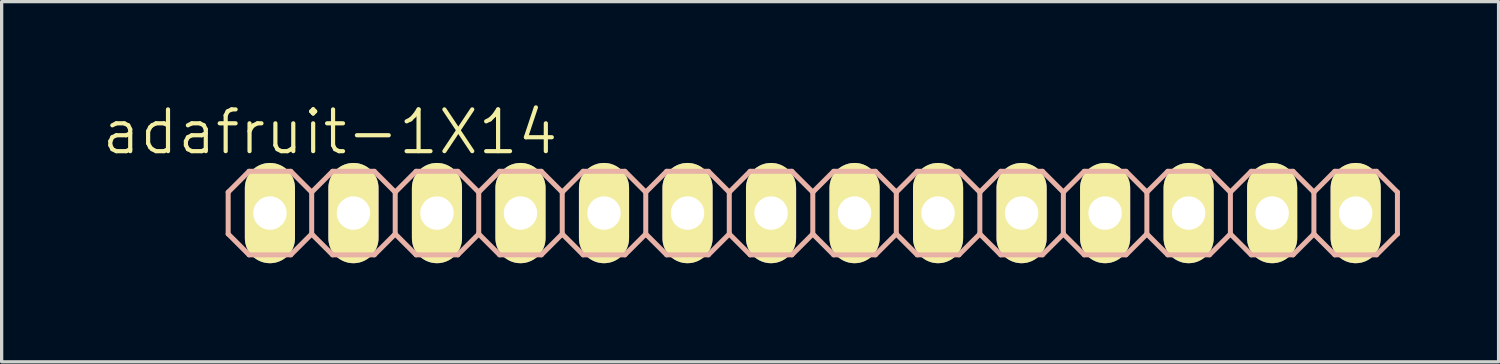
<source format=kicad_pcb>
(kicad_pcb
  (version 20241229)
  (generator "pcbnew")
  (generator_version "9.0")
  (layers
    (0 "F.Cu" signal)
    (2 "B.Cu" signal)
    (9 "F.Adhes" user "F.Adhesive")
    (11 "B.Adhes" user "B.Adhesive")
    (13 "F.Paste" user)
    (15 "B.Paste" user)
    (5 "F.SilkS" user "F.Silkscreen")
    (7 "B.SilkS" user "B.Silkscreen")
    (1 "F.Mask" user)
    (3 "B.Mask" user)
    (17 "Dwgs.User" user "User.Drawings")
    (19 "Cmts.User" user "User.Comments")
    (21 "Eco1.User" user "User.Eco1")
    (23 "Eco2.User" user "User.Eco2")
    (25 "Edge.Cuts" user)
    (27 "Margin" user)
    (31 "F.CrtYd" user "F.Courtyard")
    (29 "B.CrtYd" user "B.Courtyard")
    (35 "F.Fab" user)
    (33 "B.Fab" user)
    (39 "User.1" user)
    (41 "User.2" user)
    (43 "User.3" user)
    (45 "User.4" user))
  (footprint "adafruit-1X14"
    (layer "F.Cu")
    (at 21.669 3.43)
    (property "Reference" "adafruit-1X14" (at -14.681 -2.464 0) (layer "F.SilkS") (effects (font (size 1.27 1.27) (thickness 0.127))))
    (attr exclude_from_pos_files exclude_from_bom)
    (fp_line (start -16.764 -0.254) (end -16.256 -0.254) (stroke (width 0.066) (type solid)) (layer "F.SilkS"))
    (fp_line (start -16.764 0.254) (end -16.764 -0.254) (stroke (width 0.066) (type solid)) (layer "F.SilkS"))
    (fp_line (start -16.764 0.254) (end -16.256 0.254) (stroke (width 0.066) (type solid)) (layer "F.SilkS"))
    (fp_line (start -16.256 0.254) (end -16.256 -0.254) (stroke (width 0.066) (type solid)) (layer "F.SilkS"))
    (fp_line (start -14.224 -0.254) (end -13.716 -0.254) (stroke (width 0.066) (type solid)) (layer "F.SilkS"))
    (fp_line (start -14.224 0.254) (end -14.224 -0.254) (stroke (width 0.066) (type solid)) (layer "F.SilkS"))
    (fp_line (start -14.224 0.254) (end -13.716 0.254) (stroke (width 0.066) (type solid)) (layer "F.SilkS"))
    (fp_line (start -13.716 0.254) (end -13.716 -0.254) (stroke (width 0.066) (type solid)) (layer "F.SilkS"))
    (fp_line (start -11.684 -0.254) (end -11.176 -0.254) (stroke (width 0.066) (type solid)) (layer "F.SilkS"))
    (fp_line (start -11.684 0.254) (end -11.684 -0.254) (stroke (width 0.066) (type solid)) (layer "F.SilkS"))
    (fp_line (start -11.684 0.254) (end -11.176 0.254) (stroke (width 0.066) (type solid)) (layer "F.SilkS"))
    (fp_line (start -11.176 0.254) (end -11.176 -0.254) (stroke (width 0.066) (type solid)) (layer "F.SilkS"))
    (fp_line (start -9.144 -0.254) (end -8.636 -0.254) (stroke (width 0.066) (type solid)) (layer "F.SilkS"))
    (fp_line (start -9.144 0.254) (end -9.144 -0.254) (stroke (width 0.066) (type solid)) (layer "F.SilkS"))
    (fp_line (start -9.144 0.254) (end -8.636 0.254) (stroke (width 0.066) (type solid)) (layer "F.SilkS"))
    (fp_line (start -8.636 0.254) (end -8.636 -0.254) (stroke (width 0.066) (type solid)) (layer "F.SilkS"))
    (fp_line (start -6.604 -0.254) (end -6.096 -0.254) (stroke (width 0.066) (type solid)) (layer "F.SilkS"))
    (fp_line (start -6.604 0.254) (end -6.604 -0.254) (stroke (width 0.066) (type solid)) (layer "F.SilkS"))
    (fp_line (start -6.604 0.254) (end -6.096 0.254) (stroke (width 0.066) (type solid)) (layer "F.SilkS"))
    (fp_line (start -6.096 0.254) (end -6.096 -0.254) (stroke (width 0.066) (type solid)) (layer "F.SilkS"))
    (fp_line (start -4.064 -0.254) (end -3.556 -0.254) (stroke (width 0.066) (type solid)) (layer "F.SilkS"))
    (fp_line (start -4.064 0.254) (end -4.064 -0.254) (stroke (width 0.066) (type solid)) (layer "F.SilkS"))
    (fp_line (start -4.064 0.254) (end -3.556 0.254) (stroke (width 0.066) (type solid)) (layer "F.SilkS"))
    (fp_line (start -3.556 0.254) (end -3.556 -0.254) (stroke (width 0.066) (type solid)) (layer "F.SilkS"))
    (fp_line (start -1.524 -0.254) (end -1.016 -0.254) (stroke (width 0.066) (type solid)) (layer "F.SilkS"))
    (fp_line (start -1.524 0.254) (end -1.524 -0.254) (stroke (width 0.066) (type solid)) (layer "F.SilkS"))
    (fp_line (start -1.524 0.254) (end -1.016 0.254) (stroke (width 0.066) (type solid)) (layer "F.SilkS"))
    (fp_line (start -1.016 0.254) (end -1.016 -0.254) (stroke (width 0.066) (type solid)) (layer "F.SilkS"))
    (fp_line (start 1.016 -0.254) (end 1.524 -0.254) (stroke (width 0.066) (type solid)) (layer "F.SilkS"))
    (fp_line (start 1.016 0.254) (end 1.016 -0.254) (stroke (width 0.066) (type solid)) (layer "F.SilkS"))
    (fp_line (start 1.016 0.254) (end 1.524 0.254) (stroke (width 0.066) (type solid)) (layer "F.SilkS"))
    (fp_line (start 1.524 0.254) (end 1.524 -0.254) (stroke (width 0.066) (type solid)) (layer "F.SilkS"))
    (fp_line (start 3.556 -0.254) (end 4.064 -0.254) (stroke (width 0.066) (type solid)) (layer "F.SilkS"))
    (fp_line (start 3.556 0.254) (end 3.556 -0.254) (stroke (width 0.066) (type solid)) (layer "F.SilkS"))
    (fp_line (start 3.556 0.254) (end 4.064 0.254) (stroke (width 0.066) (type solid)) (layer "F.SilkS"))
    (fp_line (start 4.064 0.254) (end 4.064 -0.254) (stroke (width 0.066) (type solid)) (layer "F.SilkS"))
    (fp_line (start 6.096 -0.254) (end 6.604 -0.254) (stroke (width 0.066) (type solid)) (layer "F.SilkS"))
    (fp_line (start 6.096 0.254) (end 6.096 -0.254) (stroke (width 0.066) (type solid)) (layer "F.SilkS"))
    (fp_line (start 6.096 0.254) (end 6.604 0.254) (stroke (width 0.066) (type solid)) (layer "F.SilkS"))
    (fp_line (start 6.604 0.254) (end 6.604 -0.254) (stroke (width 0.066) (type solid)) (layer "F.SilkS"))
    (fp_line (start 8.636 -0.254) (end 9.144 -0.254) (stroke (width 0.066) (type solid)) (layer "F.SilkS"))
    (fp_line (start 8.636 0.254) (end 8.636 -0.254) (stroke (width 0.066) (type solid)) (layer "F.SilkS"))
    (fp_line (start 8.636 0.254) (end 9.144 0.254) (stroke (width 0.066) (type solid)) (layer "F.SilkS"))
    (fp_line (start 9.144 0.254) (end 9.144 -0.254) (stroke (width 0.066) (type solid)) (layer "F.SilkS"))
    (fp_line (start 11.176 -0.254) (end 11.684 -0.254) (stroke (width 0.066) (type solid)) (layer "F.SilkS"))
    (fp_line (start 11.176 0.254) (end 11.176 -0.254) (stroke (width 0.066) (type solid)) (layer "F.SilkS"))
    (fp_line (start 11.176 0.254) (end 11.684 0.254) (stroke (width 0.066) (type solid)) (layer "F.SilkS"))
    (fp_line (start 11.684 0.254) (end 11.684 -0.254) (stroke (width 0.066) (type solid)) (layer "F.SilkS"))
    (fp_line (start 13.716 -0.254) (end 14.224 -0.254) (stroke (width 0.066) (type solid)) (layer "F.SilkS"))
    (fp_line (start 13.716 0.254) (end 13.716 -0.254) (stroke (width 0.066) (type solid)) (layer "F.SilkS"))
    (fp_line (start 13.716 0.254) (end 14.224 0.254) (stroke (width 0.066) (type solid)) (layer "F.SilkS"))
    (fp_line (start 14.224 0.254) (end 14.224 -0.254) (stroke (width 0.066) (type solid)) (layer "F.SilkS"))
    (fp_line (start 16.256 -0.254) (end 16.764 -0.254) (stroke (width 0.066) (type solid)) (layer "F.SilkS"))
    (fp_line (start 16.256 0.254) (end 16.256 -0.254) (stroke (width 0.066) (type solid)) (layer "F.SilkS"))
    (fp_line (start 16.256 0.254) (end 16.764 0.254) (stroke (width 0.066) (type solid)) (layer "F.SilkS"))
    (fp_line (start 16.764 0.254) (end 16.764 -0.254) (stroke (width 0.066) (type solid)) (layer "F.SilkS"))
    (fp_line (start -17.78 -0.635) (end -17.78 0.635) (stroke (width 0.152) (type solid)) (layer "B.SilkS"))
    (fp_line (start -17.78 0.635) (end -17.145 1.27) (stroke (width 0.152) (type solid)) (layer "B.SilkS"))
    (fp_line (start -17.145 -1.27) (end -17.78 -0.635) (stroke (width 0.152) (type solid)) (layer "B.SilkS"))
    (fp_line (start -17.145 -1.27) (end -15.875 -1.27) (stroke (width 0.152) (type solid)) (layer "B.SilkS"))
    (fp_line (start -15.875 -1.27) (end -15.24 -0.635) (stroke (width 0.152) (type solid)) (layer "B.SilkS"))
    (fp_line (start -15.875 1.27) (end -17.145 1.27) (stroke (width 0.152) (type solid)) (layer "B.SilkS"))
    (fp_line (start -15.24 -0.635) (end -15.24 0.635) (stroke (width 0.152) (type solid)) (layer "B.SilkS"))
    (fp_line (start -15.24 -0.635) (end -14.605 -1.27) (stroke (width 0.152) (type solid)) (layer "B.SilkS"))
    (fp_line (start -15.24 0.635) (end -15.875 1.27) (stroke (width 0.152) (type solid)) (layer "B.SilkS"))
    (fp_line (start -14.605 -1.27) (end -13.335 -1.27) (stroke (width 0.152) (type solid)) (layer "B.SilkS"))
    (fp_line (start -14.605 1.27) (end -15.24 0.635) (stroke (width 0.152) (type solid)) (layer "B.SilkS"))
    (fp_line (start -13.335 -1.27) (end -12.7 -0.635) (stroke (width 0.152) (type solid)) (layer "B.SilkS"))
    (fp_line (start -13.335 1.27) (end -14.605 1.27) (stroke (width 0.152) (type solid)) (layer "B.SilkS"))
    (fp_line (start -12.7 -0.635) (end -12.7 0.635) (stroke (width 0.152) (type solid)) (layer "B.SilkS"))
    (fp_line (start -12.7 -0.635) (end -12.065 -1.27) (stroke (width 0.152) (type solid)) (layer "B.SilkS"))
    (fp_line (start -12.7 0.635) (end -13.335 1.27) (stroke (width 0.152) (type solid)) (layer "B.SilkS"))
    (fp_line (start -12.065 -1.27) (end -10.795 -1.27) (stroke (width 0.152) (type solid)) (layer "B.SilkS"))
    (fp_line (start -12.065 1.27) (end -12.7 0.635) (stroke (width 0.152) (type solid)) (layer "B.SilkS"))
    (fp_line (start -10.795 -1.27) (end -10.16 -0.635) (stroke (width 0.152) (type solid)) (layer "B.SilkS"))
    (fp_line (start -10.795 1.27) (end -12.065 1.27) (stroke (width 0.152) (type solid)) (layer "B.SilkS"))
    (fp_line (start -10.16 -0.635) (end -10.16 0.635) (stroke (width 0.152) (type solid)) (layer "B.SilkS"))
    (fp_line (start -10.16 0.635) (end -10.795 1.27) (stroke (width 0.152) (type solid)) (layer "B.SilkS"))
    (fp_line (start -10.16 0.635) (end -9.525 1.27) (stroke (width 0.152) (type solid)) (layer "B.SilkS"))
    (fp_line (start -9.525 -1.27) (end -10.16 -0.635) (stroke (width 0.152) (type solid)) (layer "B.SilkS"))
    (fp_line (start -9.525 -1.27) (end -8.255 -1.27) (stroke (width 0.152) (type solid)) (layer "B.SilkS"))
    (fp_line (start -8.255 -1.27) (end -7.62 -0.635) (stroke (width 0.152) (type solid)) (layer "B.SilkS"))
    (fp_line (start -8.255 1.27) (end -9.525 1.27) (stroke (width 0.152) (type solid)) (layer "B.SilkS"))
    (fp_line (start -7.62 -0.635) (end -7.62 0.635) (stroke (width 0.152) (type solid)) (layer "B.SilkS"))
    (fp_line (start -7.62 -0.635) (end -6.985 -1.27) (stroke (width 0.152) (type solid)) (layer "B.SilkS"))
    (fp_line (start -7.62 0.635) (end -8.255 1.27) (stroke (width 0.152) (type solid)) (layer "B.SilkS"))
    (fp_line (start -6.985 -1.27) (end -5.715 -1.27) (stroke (width 0.152) (type solid)) (layer "B.SilkS"))
    (fp_line (start -6.985 1.27) (end -7.62 0.635) (stroke (width 0.152) (type solid)) (layer "B.SilkS"))
    (fp_line (start -5.715 -1.27) (end -5.08 -0.635) (stroke (width 0.152) (type solid)) (layer "B.SilkS"))
    (fp_line (start -5.715 1.27) (end -6.985 1.27) (stroke (width 0.152) (type solid)) (layer "B.SilkS"))
    (fp_line (start -5.08 -0.635) (end -5.08 0.635) (stroke (width 0.152) (type solid)) (layer "B.SilkS"))
    (fp_line (start -5.08 -0.635) (end -4.445 -1.27) (stroke (width 0.152) (type solid)) (layer "B.SilkS"))
    (fp_line (start -5.08 0.635) (end -5.715 1.27) (stroke (width 0.152) (type solid)) (layer "B.SilkS"))
    (fp_line (start -4.445 -1.27) (end -3.175 -1.27) (stroke (width 0.152) (type solid)) (layer "B.SilkS"))
    (fp_line (start -4.445 1.27) (end -5.08 0.635) (stroke (width 0.152) (type solid)) (layer "B.SilkS"))
    (fp_line (start -3.175 -1.27) (end -2.54 -0.635) (stroke (width 0.152) (type solid)) (layer "B.SilkS"))
    (fp_line (start -3.175 1.27) (end -4.445 1.27) (stroke (width 0.152) (type solid)) (layer "B.SilkS"))
    (fp_line (start -2.54 -0.635) (end -2.54 0.635) (stroke (width 0.152) (type solid)) (layer "B.SilkS"))
    (fp_line (start -2.54 0.635) (end -3.175 1.27) (stroke (width 0.152) (type solid)) (layer "B.SilkS"))
    (fp_line (start -2.54 0.635) (end -1.905 1.27) (stroke (width 0.152) (type solid)) (layer "B.SilkS"))
    (fp_line (start -1.905 -1.27) (end -2.54 -0.635) (stroke (width 0.152) (type solid)) (layer "B.SilkS"))
    (fp_line (start -1.905 -1.27) (end -0.635 -1.27) (stroke (width 0.152) (type solid)) (layer "B.SilkS"))
    (fp_line (start -0.635 -1.27) (end 0 -0.635) (stroke (width 0.152) (type solid)) (layer "B.SilkS"))
    (fp_line (start -0.635 1.27) (end -1.905 1.27) (stroke (width 0.152) (type solid)) (layer "B.SilkS"))
    (fp_line (start 0 -0.635) (end 0 0.635) (stroke (width 0.152) (type solid)) (layer "B.SilkS"))
    (fp_line (start 0 -0.635) (end 0.635 -1.27) (stroke (width 0.152) (type solid)) (layer "B.SilkS"))
    (fp_line (start 0 0.635) (end -0.635 1.27) (stroke (width 0.152) (type solid)) (layer "B.SilkS"))
    (fp_line (start 0.635 -1.27) (end 1.905 -1.27) (stroke (width 0.152) (type solid)) (layer "B.SilkS"))
    (fp_line (start 0.635 1.27) (end 0 0.635) (stroke (width 0.152) (type solid)) (layer "B.SilkS"))
    (fp_line (start 1.905 -1.27) (end 2.54 -0.635) (stroke (width 0.152) (type solid)) (layer "B.SilkS"))
    (fp_line (start 1.905 1.27) (end 0.635 1.27) (stroke (width 0.152) (type solid)) (layer "B.SilkS"))
    (fp_line (start 2.54 -0.635) (end 2.54 0.635) (stroke (width 0.152) (type solid)) (layer "B.SilkS"))
    (fp_line (start 2.54 -0.635) (end 3.175 -1.27) (stroke (width 0.152) (type solid)) (layer "B.SilkS"))
    (fp_line (start 2.54 0.635) (end 1.905 1.27) (stroke (width 0.152) (type solid)) (layer "B.SilkS"))
    (fp_line (start 3.175 -1.27) (end 4.445 -1.27) (stroke (width 0.152) (type solid)) (layer "B.SilkS"))
    (fp_line (start 3.175 1.27) (end 2.54 0.635) (stroke (width 0.152) (type solid)) (layer "B.SilkS"))
    (fp_line (start 4.445 -1.27) (end 5.08 -0.635) (stroke (width 0.152) (type solid)) (layer "B.SilkS"))
    (fp_line (start 4.445 1.27) (end 3.175 1.27) (stroke (width 0.152) (type solid)) (layer "B.SilkS"))
    (fp_line (start 5.08 -0.635) (end 5.08 0.635) (stroke (width 0.152) (type solid)) (layer "B.SilkS"))
    (fp_line (start 5.08 0.635) (end 4.445 1.27) (stroke (width 0.152) (type solid)) (layer "B.SilkS"))
    (fp_line (start 5.08 0.635) (end 5.715 1.27) (stroke (width 0.152) (type solid)) (layer "B.SilkS"))
    (fp_line (start 5.715 -1.27) (end 5.08 -0.635) (stroke (width 0.152) (type solid)) (layer "B.SilkS"))
    (fp_line (start 5.715 -1.27) (end 6.985 -1.27) (stroke (width 0.152) (type solid)) (layer "B.SilkS"))
    (fp_line (start 6.985 -1.27) (end 7.62 -0.635) (stroke (width 0.152) (type solid)) (layer "B.SilkS"))
    (fp_line (start 6.985 1.27) (end 5.715 1.27) (stroke (width 0.152) (type solid)) (layer "B.SilkS"))
    (fp_line (start 7.62 -0.635) (end 7.62 0.635) (stroke (width 0.152) (type solid)) (layer "B.SilkS"))
    (fp_line (start 7.62 -0.635) (end 8.255 -1.27) (stroke (width 0.152) (type solid)) (layer "B.SilkS"))
    (fp_line (start 7.62 0.635) (end 6.985 1.27) (stroke (width 0.152) (type solid)) (layer "B.SilkS"))
    (fp_line (start 8.255 -1.27) (end 9.525 -1.27) (stroke (width 0.152) (type solid)) (layer "B.SilkS"))
    (fp_line (start 8.255 1.27) (end 7.62 0.635) (stroke (width 0.152) (type solid)) (layer "B.SilkS"))
    (fp_line (start 9.525 -1.27) (end 10.16 -0.635) (stroke (width 0.152) (type solid)) (layer "B.SilkS"))
    (fp_line (start 9.525 1.27) (end 8.255 1.27) (stroke (width 0.152) (type solid)) (layer "B.SilkS"))
    (fp_line (start 10.16 -0.635) (end 10.16 0.635) (stroke (width 0.152) (type solid)) (layer "B.SilkS"))
    (fp_line (start 10.16 -0.635) (end 10.795 -1.27) (stroke (width 0.152) (type solid)) (layer "B.SilkS"))
    (fp_line (start 10.16 0.635) (end 9.525 1.27) (stroke (width 0.152) (type solid)) (layer "B.SilkS"))
    (fp_line (start 10.795 -1.27) (end 12.065 -1.27) (stroke (width 0.152) (type solid)) (layer "B.SilkS"))
    (fp_line (start 10.795 1.27) (end 10.16 0.635) (stroke (width 0.152) (type solid)) (layer "B.SilkS"))
    (fp_line (start 12.065 -1.27) (end 12.7 -0.635) (stroke (width 0.152) (type solid)) (layer "B.SilkS"))
    (fp_line (start 12.065 1.27) (end 10.795 1.27) (stroke (width 0.152) (type solid)) (layer "B.SilkS"))
    (fp_line (start 12.7 -0.635) (end 12.7 0.635) (stroke (width 0.152) (type solid)) (layer "B.SilkS"))
    (fp_line (start 12.7 0.635) (end 12.065 1.27) (stroke (width 0.152) (type solid)) (layer "B.SilkS"))
    (fp_line (start 12.7 0.635) (end 13.335 1.27) (stroke (width 0.152) (type solid)) (layer "B.SilkS"))
    (fp_line (start 13.335 -1.27) (end 12.7 -0.635) (stroke (width 0.152) (type solid)) (layer "B.SilkS"))
    (fp_line (start 13.335 -1.27) (end 14.605 -1.27) (stroke (width 0.152) (type solid)) (layer "B.SilkS"))
    (fp_line (start 14.605 -1.27) (end 15.24 -0.635) (stroke (width 0.152) (type solid)) (layer "B.SilkS"))
    (fp_line (start 14.605 1.27) (end 13.335 1.27) (stroke (width 0.152) (type solid)) (layer "B.SilkS"))
    (fp_line (start 15.24 -0.635) (end 15.24 0.635) (stroke (width 0.152) (type solid)) (layer "B.SilkS"))
    (fp_line (start 15.24 -0.635) (end 15.875 -1.27) (stroke (width 0.152) (type solid)) (layer "B.SilkS"))
    (fp_line (start 15.24 0.635) (end 14.605 1.27) (stroke (width 0.152) (type solid)) (layer "B.SilkS"))
    (fp_line (start 15.875 -1.27) (end 17.145 -1.27) (stroke (width 0.152) (type solid)) (layer "B.SilkS"))
    (fp_line (start 15.875 1.27) (end 15.24 0.635) (stroke (width 0.152) (type solid)) (layer "B.SilkS"))
    (fp_line (start 17.145 -1.27) (end 17.78 -0.635) (stroke (width 0.152) (type solid)) (layer "B.SilkS"))
    (fp_line (start 17.145 1.27) (end 15.875 1.27) (stroke (width 0.152) (type solid)) (layer "B.SilkS"))
    (fp_line (start 17.78 -0.635) (end 17.78 0.635) (stroke (width 0.152) (type solid)) (layer "B.SilkS"))
    (fp_line (start 17.78 0.635) (end 17.145 1.27) (stroke (width 0.152) (type solid)) (layer "B.SilkS"))
    (pad "1" thru_hole oval (at -16.51 0 180) (size 1.524 3.048) (drill 1.016) (layers "*.Cu" "F.Mask" "F.SilkS" "F.Paste"))
    (pad "2" thru_hole oval (at -13.97 0 180) (size 1.524 3.048) (drill 1.016) (layers "*.Cu" "F.Mask" "F.SilkS" "F.Paste"))
    (pad "3" thru_hole oval (at -11.43 0 180) (size 1.524 3.048) (drill 1.016) (layers "*.Cu" "F.Mask" "F.SilkS" "F.Paste"))
    (pad "4" thru_hole oval (at -8.89 0 180) (size 1.524 3.048) (drill 1.016) (layers "*.Cu" "F.Mask" "F.SilkS" "F.Paste"))
    (pad "5" thru_hole oval (at -6.35 0 180) (size 1.524 3.048) (drill 1.016) (layers "*.Cu" "F.Mask" "F.SilkS" "F.Paste"))
    (pad "6" thru_hole oval (at -3.81 0 180) (size 1.524 3.048) (drill 1.016) (layers "*.Cu" "F.Mask" "F.SilkS" "F.Paste"))
    (pad "7" thru_hole oval (at -1.27 0 180) (size 1.524 3.048) (drill 1.016) (layers "*.Cu" "F.Mask" "F.SilkS" "F.Paste"))
    (pad "8" thru_hole oval (at 1.27 0 180) (size 1.524 3.048) (drill 1.016) (layers "*.Cu" "F.Mask" "F.SilkS" "F.Paste"))
    (pad "9" thru_hole oval (at 3.81 0 180) (size 1.524 3.048) (drill 1.016) (layers "*.Cu" "F.Mask" "F.SilkS" "F.Paste"))
    (pad "10" thru_hole oval (at 6.35 0 180) (size 1.524 3.048) (drill 1.016) (layers "*.Cu" "F.Mask" "F.SilkS" "F.Paste"))
    (pad "11" thru_hole oval (at 8.89 0 180) (size 1.524 3.048) (drill 1.016) (layers "*.Cu" "F.Mask" "F.SilkS" "F.Paste"))
    (pad "12" thru_hole oval (at 11.43 0 180) (size 1.524 3.048) (drill 1.016) (layers "*.Cu" "F.Mask" "F.SilkS" "F.Paste"))
    (pad "13" thru_hole oval (at 13.97 0 180) (size 1.524 3.048) (drill 1.016) (layers "*.Cu" "F.Mask" "F.SilkS" "F.Paste"))
    (pad "14" thru_hole oval (at 16.51 0 180) (size 1.524 3.048) (drill 1.016) (layers "*.Cu" "F.Mask" "F.SilkS" "F.Paste")))
  (gr_rect
    (start -3 -3)
    (end 42.525 7.954)
    (stroke (width 0.1) (type default))
    (fill no)
    (layer "Edge.Cuts")))
</source>
